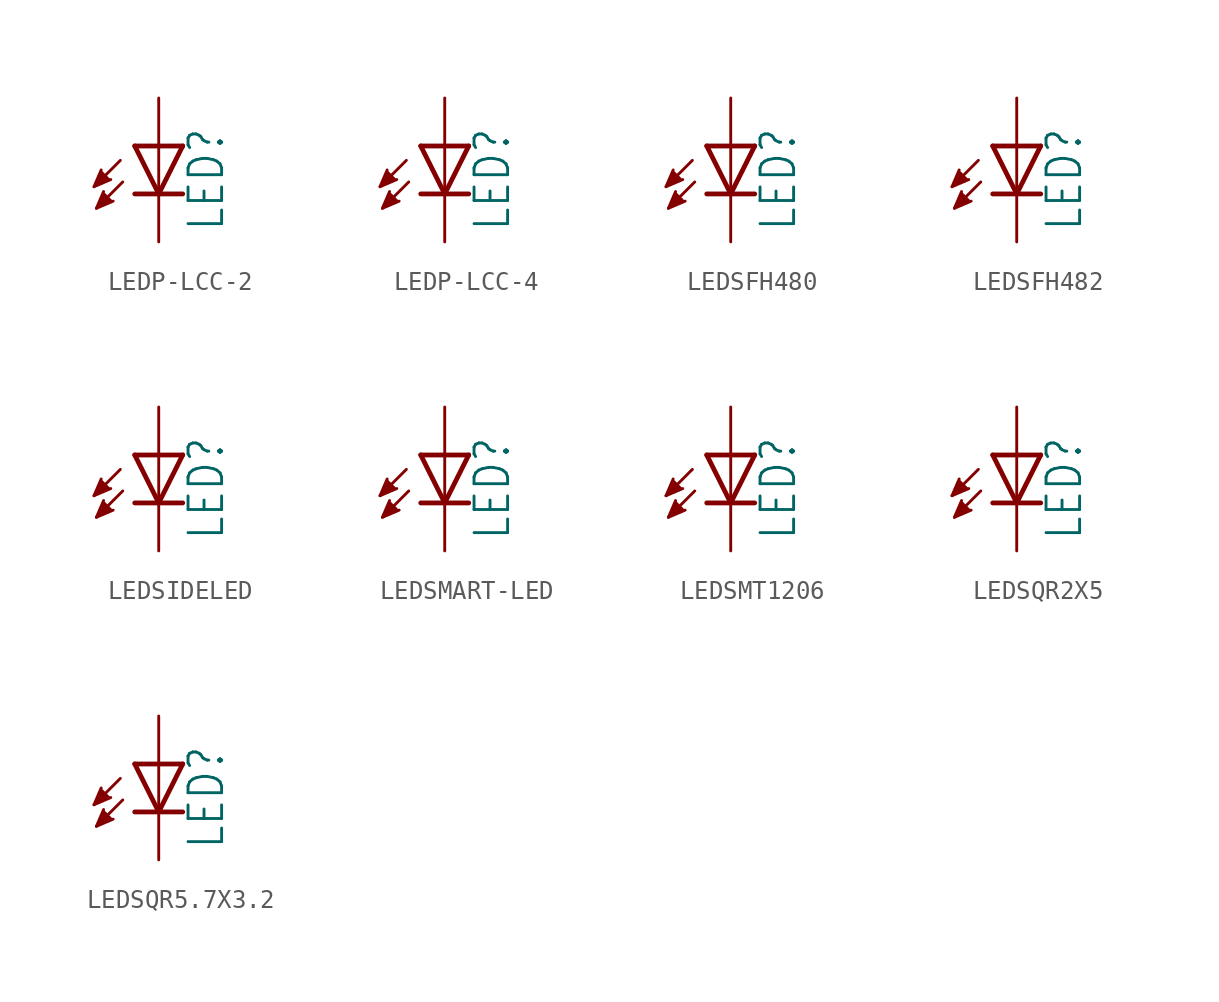
<source format=kicad_sym>
(kicad_symbol_lib
  (version 20231120)
  (generator "kicad_symbol_editor")
  (generator_version "8.0")
  (symbol "LEDP-LCC-2"
    (property "Reference" "LED"
      (at 3.556 -4.572 90)
      (effects (font (size 1.778 1.511)) (justify left bottom)))
    (property "Value" ""
      (at 5.715 -4.572 90)
      (effects (font (size 1.778 1.511)) (justify left bottom)))
    (property "ki_locked" ""
      (at 0 0 0)
      (effects (font (size 1.27 1.27))))
    (symbol "LEDP-LCC-2_1_0"
      (polyline (pts (xy -2.032 -0.762) (xy -3.429 -2.159)) (stroke (width 0.152) (type solid)) (fill (type none)))
      (polyline (pts (xy -1.905 -1.905) (xy -3.302 -3.302)) (stroke (width 0.152) (type solid)) (fill (type none)))
      (polyline (pts (xy 0 -2.54) (xy -1.27 -2.54)) (stroke (width 0.254) (type solid)) (fill (type none)))
      (polyline (pts (xy 0 -2.54) (xy -1.27 0)) (stroke (width 0.254) (type solid)) (fill (type none)))
      (polyline (pts (xy 0 0) (xy -1.27 0)) (stroke (width 0.254) (type solid)) (fill (type none)))
      (polyline (pts (xy 0 0) (xy 0 -2.54)) (stroke (width 0.152) (type solid)) (fill (type none)))
      (polyline (pts (xy 1.27 -2.54) (xy 0 -2.54)) (stroke (width 0.254) (type solid)) (fill (type none)))
      (polyline (pts (xy 1.27 0) (xy 0 -2.54)) (stroke (width 0.254) (type solid)) (fill (type none)))
      (polyline (pts (xy 1.27 0) (xy 0 0)) (stroke (width 0.254) (type solid)) (fill (type none)))
      (polyline (pts (xy -3.048 -1.27) (xy -3.429 -2.159) (xy -2.54 -1.778)) (stroke (width 0.152) (type solid)) (fill (type outline)))
      (polyline (pts (xy -2.921 -2.413) (xy -3.302 -3.302) (xy -2.413 -2.921)) (stroke (width 0.152) (type solid)) (fill (type outline)))
      (pin passive line (at 0 2.54 270) (length 2.54) (name "A" (effects (font (size 0 0)))) (number "A" (effects (font (size 0 0)))))
      (pin passive line (at 0 -5.08 90) (length 2.54) (name "C" (effects (font (size 0 0)))) (number "C" (effects (font (size 0 0)))))))
  (symbol "LEDP-LCC-4"
    (property "Reference" "LED"
      (at 3.556 -4.572 90)
      (effects (font (size 1.778 1.511)) (justify left bottom)))
    (property "Value" ""
      (at 5.715 -4.572 90)
      (effects (font (size 1.778 1.511)) (justify left bottom)))
    (property "ki_locked" ""
      (at 0 0 0)
      (effects (font (size 1.27 1.27))))
    (symbol "LEDP-LCC-4_1_0"
      (polyline (pts (xy -2.032 -0.762) (xy -3.429 -2.159)) (stroke (width 0.152) (type solid)) (fill (type none)))
      (polyline (pts (xy -1.905 -1.905) (xy -3.302 -3.302)) (stroke (width 0.152) (type solid)) (fill (type none)))
      (polyline (pts (xy 0 -2.54) (xy -1.27 -2.54)) (stroke (width 0.254) (type solid)) (fill (type none)))
      (polyline (pts (xy 0 -2.54) (xy -1.27 0)) (stroke (width 0.254) (type solid)) (fill (type none)))
      (polyline (pts (xy 0 0) (xy -1.27 0)) (stroke (width 0.254) (type solid)) (fill (type none)))
      (polyline (pts (xy 0 0) (xy 0 -2.54)) (stroke (width 0.152) (type solid)) (fill (type none)))
      (polyline (pts (xy 1.27 -2.54) (xy 0 -2.54)) (stroke (width 0.254) (type solid)) (fill (type none)))
      (polyline (pts (xy 1.27 0) (xy 0 -2.54)) (stroke (width 0.254) (type solid)) (fill (type none)))
      (polyline (pts (xy 1.27 0) (xy 0 0)) (stroke (width 0.254) (type solid)) (fill (type none)))
      (polyline (pts (xy -3.048 -1.27) (xy -3.429 -2.159) (xy -2.54 -1.778)) (stroke (width 0.152) (type solid)) (fill (type outline)))
      (polyline (pts (xy -2.921 -2.413) (xy -3.302 -3.302) (xy -2.413 -2.921)) (stroke (width 0.152) (type solid)) (fill (type outline)))
      (pin passive line (at 0 2.54 270) (length 2.54) (name "A" (effects (font (size 0 0)))) (number "A" (effects (font (size 0 0)))))
      (pin passive line (at 0 -5.08 90) (length 2.54) (name "C" (effects (font (size 0 0)))) (number "C@4" (effects (font (size 0 0)))))))
  (symbol "LEDSFH480"
    (property "Reference" "LED"
      (at 3.556 -4.572 90)
      (effects (font (size 1.778 1.511)) (justify left bottom)))
    (property "Value" ""
      (at 5.715 -4.572 90)
      (effects (font (size 1.778 1.511)) (justify left bottom)))
    (property "ki_locked" ""
      (at 0 0 0)
      (effects (font (size 1.27 1.27))))
    (symbol "LEDSFH480_1_0"
      (polyline (pts (xy -2.032 -0.762) (xy -3.429 -2.159)) (stroke (width 0.152) (type solid)) (fill (type none)))
      (polyline (pts (xy -1.905 -1.905) (xy -3.302 -3.302)) (stroke (width 0.152) (type solid)) (fill (type none)))
      (polyline (pts (xy 0 -2.54) (xy -1.27 -2.54)) (stroke (width 0.254) (type solid)) (fill (type none)))
      (polyline (pts (xy 0 -2.54) (xy -1.27 0)) (stroke (width 0.254) (type solid)) (fill (type none)))
      (polyline (pts (xy 0 0) (xy -1.27 0)) (stroke (width 0.254) (type solid)) (fill (type none)))
      (polyline (pts (xy 0 0) (xy 0 -2.54)) (stroke (width 0.152) (type solid)) (fill (type none)))
      (polyline (pts (xy 1.27 -2.54) (xy 0 -2.54)) (stroke (width 0.254) (type solid)) (fill (type none)))
      (polyline (pts (xy 1.27 0) (xy 0 -2.54)) (stroke (width 0.254) (type solid)) (fill (type none)))
      (polyline (pts (xy 1.27 0) (xy 0 0)) (stroke (width 0.254) (type solid)) (fill (type none)))
      (polyline (pts (xy -3.048 -1.27) (xy -3.429 -2.159) (xy -2.54 -1.778)) (stroke (width 0.152) (type solid)) (fill (type outline)))
      (polyline (pts (xy -2.921 -2.413) (xy -3.302 -3.302) (xy -2.413 -2.921)) (stroke (width 0.152) (type solid)) (fill (type outline)))
      (pin passive line (at 0 2.54 270) (length 2.54) (name "A" (effects (font (size 0 0)))) (number "A" (effects (font (size 0 0)))))
      (pin passive line (at 0 -5.08 90) (length 2.54) (name "C" (effects (font (size 0 0)))) (number "K" (effects (font (size 0 0)))))))
  (symbol "LEDSFH482"
    (property "Reference" "LED"
      (at 3.556 -4.572 90)
      (effects (font (size 1.778 1.511)) (justify left bottom)))
    (property "Value" ""
      (at 5.715 -4.572 90)
      (effects (font (size 1.778 1.511)) (justify left bottom)))
    (property "ki_locked" ""
      (at 0 0 0)
      (effects (font (size 1.27 1.27))))
    (symbol "LEDSFH482_1_0"
      (polyline (pts (xy -2.032 -0.762) (xy -3.429 -2.159)) (stroke (width 0.152) (type solid)) (fill (type none)))
      (polyline (pts (xy -1.905 -1.905) (xy -3.302 -3.302)) (stroke (width 0.152) (type solid)) (fill (type none)))
      (polyline (pts (xy 0 -2.54) (xy -1.27 -2.54)) (stroke (width 0.254) (type solid)) (fill (type none)))
      (polyline (pts (xy 0 -2.54) (xy -1.27 0)) (stroke (width 0.254) (type solid)) (fill (type none)))
      (polyline (pts (xy 0 0) (xy -1.27 0)) (stroke (width 0.254) (type solid)) (fill (type none)))
      (polyline (pts (xy 0 0) (xy 0 -2.54)) (stroke (width 0.152) (type solid)) (fill (type none)))
      (polyline (pts (xy 1.27 -2.54) (xy 0 -2.54)) (stroke (width 0.254) (type solid)) (fill (type none)))
      (polyline (pts (xy 1.27 0) (xy 0 -2.54)) (stroke (width 0.254) (type solid)) (fill (type none)))
      (polyline (pts (xy 1.27 0) (xy 0 0)) (stroke (width 0.254) (type solid)) (fill (type none)))
      (polyline (pts (xy -3.048 -1.27) (xy -3.429 -2.159) (xy -2.54 -1.778)) (stroke (width 0.152) (type solid)) (fill (type outline)))
      (polyline (pts (xy -2.921 -2.413) (xy -3.302 -3.302) (xy -2.413 -2.921)) (stroke (width 0.152) (type solid)) (fill (type outline)))
      (pin passive line (at 0 2.54 270) (length 2.54) (name "A" (effects (font (size 0 0)))) (number "A" (effects (font (size 0 0)))))
      (pin passive line (at 0 -5.08 90) (length 2.54) (name "C" (effects (font (size 0 0)))) (number "K" (effects (font (size 0 0)))))))
  (symbol "LEDSIDELED"
    (property "Reference" "LED"
      (at 3.556 -4.572 90)
      (effects (font (size 1.778 1.511)) (justify left bottom)))
    (property "Value" ""
      (at 5.715 -4.572 90)
      (effects (font (size 1.778 1.511)) (justify left bottom)))
    (property "ki_locked" ""
      (at 0 0 0)
      (effects (font (size 1.27 1.27))))
    (symbol "LEDSIDELED_1_0"
      (polyline (pts (xy -2.032 -0.762) (xy -3.429 -2.159)) (stroke (width 0.152) (type solid)) (fill (type none)))
      (polyline (pts (xy -1.905 -1.905) (xy -3.302 -3.302)) (stroke (width 0.152) (type solid)) (fill (type none)))
      (polyline (pts (xy 0 -2.54) (xy -1.27 -2.54)) (stroke (width 0.254) (type solid)) (fill (type none)))
      (polyline (pts (xy 0 -2.54) (xy -1.27 0)) (stroke (width 0.254) (type solid)) (fill (type none)))
      (polyline (pts (xy 0 0) (xy -1.27 0)) (stroke (width 0.254) (type solid)) (fill (type none)))
      (polyline (pts (xy 0 0) (xy 0 -2.54)) (stroke (width 0.152) (type solid)) (fill (type none)))
      (polyline (pts (xy 1.27 -2.54) (xy 0 -2.54)) (stroke (width 0.254) (type solid)) (fill (type none)))
      (polyline (pts (xy 1.27 0) (xy 0 -2.54)) (stroke (width 0.254) (type solid)) (fill (type none)))
      (polyline (pts (xy 1.27 0) (xy 0 0)) (stroke (width 0.254) (type solid)) (fill (type none)))
      (polyline (pts (xy -3.048 -1.27) (xy -3.429 -2.159) (xy -2.54 -1.778)) (stroke (width 0.152) (type solid)) (fill (type outline)))
      (polyline (pts (xy -2.921 -2.413) (xy -3.302 -3.302) (xy -2.413 -2.921)) (stroke (width 0.152) (type solid)) (fill (type outline)))
      (pin passive line (at 0 2.54 270) (length 2.54) (name "A" (effects (font (size 0 0)))) (number "A" (effects (font (size 0 0)))))
      (pin passive line (at 0 -5.08 90) (length 2.54) (name "C" (effects (font (size 0 0)))) (number "C" (effects (font (size 0 0)))))))
  (symbol "LEDSMART-LED"
    (property "Reference" "LED"
      (at 3.556 -4.572 90)
      (effects (font (size 1.778 1.511)) (justify left bottom)))
    (property "Value" ""
      (at 5.715 -4.572 90)
      (effects (font (size 1.778 1.511)) (justify left bottom)))
    (property "ki_locked" ""
      (at 0 0 0)
      (effects (font (size 1.27 1.27))))
    (symbol "LEDSMART-LED_1_0"
      (polyline (pts (xy -2.032 -0.762) (xy -3.429 -2.159)) (stroke (width 0.152) (type solid)) (fill (type none)))
      (polyline (pts (xy -1.905 -1.905) (xy -3.302 -3.302)) (stroke (width 0.152) (type solid)) (fill (type none)))
      (polyline (pts (xy 0 -2.54) (xy -1.27 -2.54)) (stroke (width 0.254) (type solid)) (fill (type none)))
      (polyline (pts (xy 0 -2.54) (xy -1.27 0)) (stroke (width 0.254) (type solid)) (fill (type none)))
      (polyline (pts (xy 0 0) (xy -1.27 0)) (stroke (width 0.254) (type solid)) (fill (type none)))
      (polyline (pts (xy 0 0) (xy 0 -2.54)) (stroke (width 0.152) (type solid)) (fill (type none)))
      (polyline (pts (xy 1.27 -2.54) (xy 0 -2.54)) (stroke (width 0.254) (type solid)) (fill (type none)))
      (polyline (pts (xy 1.27 0) (xy 0 -2.54)) (stroke (width 0.254) (type solid)) (fill (type none)))
      (polyline (pts (xy 1.27 0) (xy 0 0)) (stroke (width 0.254) (type solid)) (fill (type none)))
      (polyline (pts (xy -3.048 -1.27) (xy -3.429 -2.159) (xy -2.54 -1.778)) (stroke (width 0.152) (type solid)) (fill (type outline)))
      (polyline (pts (xy -2.921 -2.413) (xy -3.302 -3.302) (xy -2.413 -2.921)) (stroke (width 0.152) (type solid)) (fill (type outline)))
      (pin passive line (at 0 2.54 270) (length 2.54) (name "A" (effects (font (size 0 0)))) (number "A" (effects (font (size 0 0)))))
      (pin passive line (at 0 -5.08 90) (length 2.54) (name "C" (effects (font (size 0 0)))) (number "B" (effects (font (size 0 0)))))))
  (symbol "LEDSMT1206"
    (property "Reference" "LED"
      (at 3.556 -4.572 90)
      (effects (font (size 1.778 1.511)) (justify left bottom)))
    (property "Value" ""
      (at 5.715 -4.572 90)
      (effects (font (size 1.778 1.511)) (justify left bottom)))
    (property "ki_locked" ""
      (at 0 0 0)
      (effects (font (size 1.27 1.27))))
    (symbol "LEDSMT1206_1_0"
      (polyline (pts (xy -2.032 -0.762) (xy -3.429 -2.159)) (stroke (width 0.152) (type solid)) (fill (type none)))
      (polyline (pts (xy -1.905 -1.905) (xy -3.302 -3.302)) (stroke (width 0.152) (type solid)) (fill (type none)))
      (polyline (pts (xy 0 -2.54) (xy -1.27 -2.54)) (stroke (width 0.254) (type solid)) (fill (type none)))
      (polyline (pts (xy 0 -2.54) (xy -1.27 0)) (stroke (width 0.254) (type solid)) (fill (type none)))
      (polyline (pts (xy 0 0) (xy -1.27 0)) (stroke (width 0.254) (type solid)) (fill (type none)))
      (polyline (pts (xy 0 0) (xy 0 -2.54)) (stroke (width 0.152) (type solid)) (fill (type none)))
      (polyline (pts (xy 1.27 -2.54) (xy 0 -2.54)) (stroke (width 0.254) (type solid)) (fill (type none)))
      (polyline (pts (xy 1.27 0) (xy 0 -2.54)) (stroke (width 0.254) (type solid)) (fill (type none)))
      (polyline (pts (xy 1.27 0) (xy 0 0)) (stroke (width 0.254) (type solid)) (fill (type none)))
      (polyline (pts (xy -3.048 -1.27) (xy -3.429 -2.159) (xy -2.54 -1.778)) (stroke (width 0.152) (type solid)) (fill (type outline)))
      (polyline (pts (xy -2.921 -2.413) (xy -3.302 -3.302) (xy -2.413 -2.921)) (stroke (width 0.152) (type solid)) (fill (type outline)))
      (pin passive line (at 0 2.54 270) (length 2.54) (name "A" (effects (font (size 0 0)))) (number "A" (effects (font (size 0 0)))))
      (pin passive line (at 0 -5.08 90) (length 2.54) (name "C" (effects (font (size 0 0)))) (number "C" (effects (font (size 0 0)))))))
  (symbol "LEDSQR2X5"
    (property "Reference" "LED"
      (at 3.556 -4.572 90)
      (effects (font (size 1.778 1.511)) (justify left bottom)))
    (property "Value" ""
      (at 5.715 -4.572 90)
      (effects (font (size 1.778 1.511)) (justify left bottom)))
    (property "ki_locked" ""
      (at 0 0 0)
      (effects (font (size 1.27 1.27))))
    (symbol "LEDSQR2X5_1_0"
      (polyline (pts (xy -2.032 -0.762) (xy -3.429 -2.159)) (stroke (width 0.152) (type solid)) (fill (type none)))
      (polyline (pts (xy -1.905 -1.905) (xy -3.302 -3.302)) (stroke (width 0.152) (type solid)) (fill (type none)))
      (polyline (pts (xy 0 -2.54) (xy -1.27 -2.54)) (stroke (width 0.254) (type solid)) (fill (type none)))
      (polyline (pts (xy 0 -2.54) (xy -1.27 0)) (stroke (width 0.254) (type solid)) (fill (type none)))
      (polyline (pts (xy 0 0) (xy -1.27 0)) (stroke (width 0.254) (type solid)) (fill (type none)))
      (polyline (pts (xy 0 0) (xy 0 -2.54)) (stroke (width 0.152) (type solid)) (fill (type none)))
      (polyline (pts (xy 1.27 -2.54) (xy 0 -2.54)) (stroke (width 0.254) (type solid)) (fill (type none)))
      (polyline (pts (xy 1.27 0) (xy 0 -2.54)) (stroke (width 0.254) (type solid)) (fill (type none)))
      (polyline (pts (xy 1.27 0) (xy 0 0)) (stroke (width 0.254) (type solid)) (fill (type none)))
      (polyline (pts (xy -3.048 -1.27) (xy -3.429 -2.159) (xy -2.54 -1.778)) (stroke (width 0.152) (type solid)) (fill (type outline)))
      (polyline (pts (xy -2.921 -2.413) (xy -3.302 -3.302) (xy -2.413 -2.921)) (stroke (width 0.152) (type solid)) (fill (type outline)))
      (pin passive line (at 0 2.54 270) (length 2.54) (name "A" (effects (font (size 0 0)))) (number "A" (effects (font (size 0 0)))))
      (pin passive line (at 0 -5.08 90) (length 2.54) (name "C" (effects (font (size 0 0)))) (number "K" (effects (font (size 0 0)))))))
  (symbol "LEDSQR5.7X3.2"
    (property "Reference" "LED"
      (at 3.556 -4.572 90)
      (effects (font (size 1.778 1.511)) (justify left bottom)))
    (property "Value" ""
      (at 5.715 -4.572 90)
      (effects (font (size 1.778 1.511)) (justify left bottom)))
    (property "ki_locked" ""
      (at 0 0 0)
      (effects (font (size 1.27 1.27))))
    (symbol "LEDSQR5.7X3.2_1_0"
      (polyline (pts (xy -2.032 -0.762) (xy -3.429 -2.159)) (stroke (width 0.152) (type solid)) (fill (type none)))
      (polyline (pts (xy -1.905 -1.905) (xy -3.302 -3.302)) (stroke (width 0.152) (type solid)) (fill (type none)))
      (polyline (pts (xy 0 -2.54) (xy -1.27 -2.54)) (stroke (width 0.254) (type solid)) (fill (type none)))
      (polyline (pts (xy 0 -2.54) (xy -1.27 0)) (stroke (width 0.254) (type solid)) (fill (type none)))
      (polyline (pts (xy 0 0) (xy -1.27 0)) (stroke (width 0.254) (type solid)) (fill (type none)))
      (polyline (pts (xy 0 0) (xy 0 -2.54)) (stroke (width 0.152) (type solid)) (fill (type none)))
      (polyline (pts (xy 1.27 -2.54) (xy 0 -2.54)) (stroke (width 0.254) (type solid)) (fill (type none)))
      (polyline (pts (xy 1.27 0) (xy 0 -2.54)) (stroke (width 0.254) (type solid)) (fill (type none)))
      (polyline (pts (xy 1.27 0) (xy 0 0)) (stroke (width 0.254) (type solid)) (fill (type none)))
      (polyline (pts (xy -3.048 -1.27) (xy -3.429 -2.159) (xy -2.54 -1.778)) (stroke (width 0.152) (type solid)) (fill (type outline)))
      (polyline (pts (xy -2.921 -2.413) (xy -3.302 -3.302) (xy -2.413 -2.921)) (stroke (width 0.152) (type solid)) (fill (type outline)))
      (pin passive line (at 0 2.54 270) (length 2.54) (name "A" (effects (font (size 0 0)))) (number "A" (effects (font (size 0 0)))))
      (pin passive line (at 0 -5.08 90) (length 2.54) (name "C" (effects (font (size 0 0)))) (number "K" (effects (font (size 0 0))))))))
</source>
